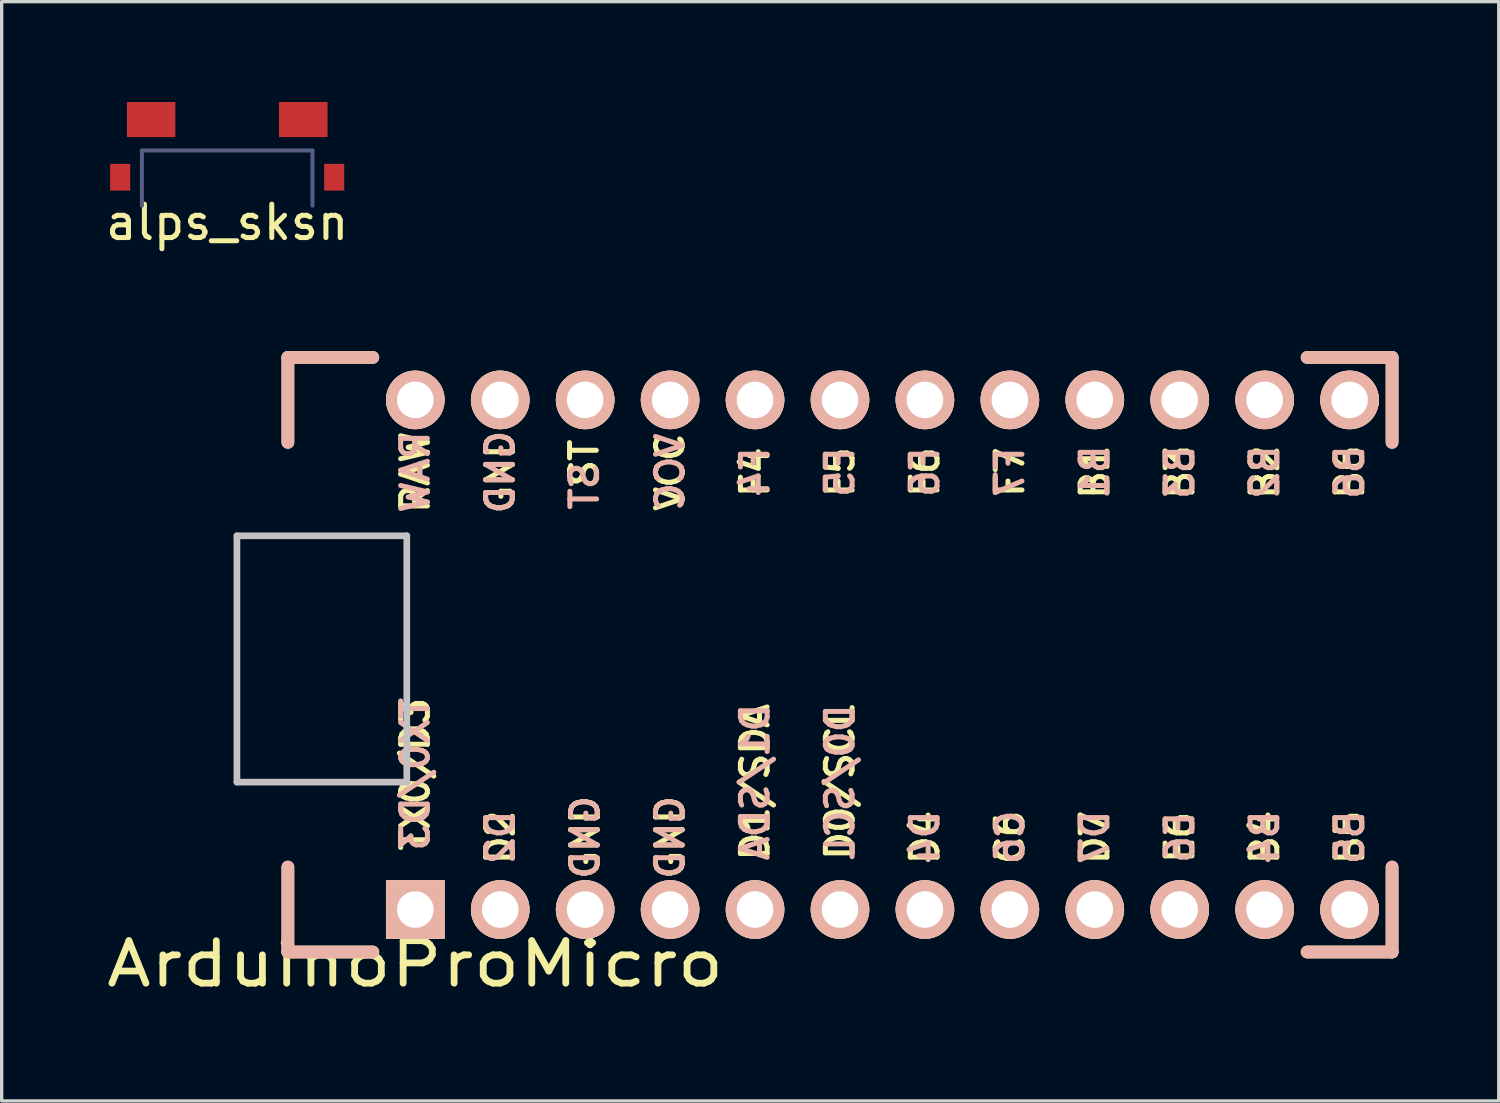
<source format=kicad_pcb>
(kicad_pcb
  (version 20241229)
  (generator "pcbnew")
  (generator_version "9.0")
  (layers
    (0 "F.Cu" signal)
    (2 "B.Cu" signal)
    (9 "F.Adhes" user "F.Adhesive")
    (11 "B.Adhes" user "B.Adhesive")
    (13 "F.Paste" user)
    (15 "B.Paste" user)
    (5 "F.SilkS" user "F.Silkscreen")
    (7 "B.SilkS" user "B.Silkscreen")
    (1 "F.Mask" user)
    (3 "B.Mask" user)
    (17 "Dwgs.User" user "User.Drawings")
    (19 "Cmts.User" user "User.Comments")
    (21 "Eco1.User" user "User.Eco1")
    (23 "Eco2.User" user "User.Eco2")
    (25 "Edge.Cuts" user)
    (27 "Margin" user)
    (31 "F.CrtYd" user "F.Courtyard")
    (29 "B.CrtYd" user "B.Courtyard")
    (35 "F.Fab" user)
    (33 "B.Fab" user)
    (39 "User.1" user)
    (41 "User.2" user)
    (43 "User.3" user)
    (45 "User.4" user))
  (footprint "ArduinoProMicro"
    (layer "F.Cu")
    (at 9.369 24.149)
    (property "Reference" "ArduinoProMicro" (at 0 1.625 0) (layer "F.SilkS") (effects (font (size 1.27 1.524) (thickness 0.203))))
    (attr through_hole)
    (fp_line (start -3.81 -16.51) (end -3.81 -13.97) (stroke (width 0.381) (type solid)) (layer "F.SilkS"))
    (fp_line (start -3.81 -1.27) (end -3.81 1.27) (stroke (width 0.381) (type solid)) (layer "F.SilkS"))
    (fp_line (start -3.81 1.27) (end -1.27 1.27) (stroke (width 0.381) (type solid)) (layer "F.SilkS"))
    (fp_line (start -1.27 -16.51) (end -3.81 -16.51) (stroke (width 0.381) (type solid)) (layer "F.SilkS"))
    (fp_line (start 29.21 -16.51) (end 26.67 -16.51) (stroke (width 0.381) (type solid)) (layer "F.SilkS"))
    (fp_line (start 29.21 -16.51) (end 29.21 -13.97) (stroke (width 0.381) (type solid)) (layer "F.SilkS"))
    (fp_line (start 29.21 -1.27) (end 29.21 1.27) (stroke (width 0.381) (type solid)) (layer "F.SilkS"))
    (fp_line (start 29.21 1.27) (end 26.67 1.27) (stroke (width 0.381) (type solid)) (layer "F.SilkS"))
    (fp_line (start -3.81 -16.51) (end -3.81 -13.97) (stroke (width 0.381) (type solid)) (layer "B.SilkS"))
    (fp_line (start -3.81 -1.27) (end -3.81 1.27) (stroke (width 0.381) (type solid)) (layer "B.SilkS"))
    (fp_line (start -1.27 -16.51) (end -3.81 -16.51) (stroke (width 0.381) (type solid)) (layer "B.SilkS"))
    (fp_line (start -1.27 1.27) (end -3.81 1.27) (stroke (width 0.381) (type solid)) (layer "B.SilkS"))
    (fp_line (start 29.21 -16.51) (end 26.67 -16.51) (stroke (width 0.381) (type solid)) (layer "B.SilkS"))
    (fp_line (start 29.21 -16.51) (end 29.21 -13.97) (stroke (width 0.381) (type solid)) (layer "B.SilkS"))
    (fp_line (start 29.21 -1.27) (end 29.21 1.27) (stroke (width 0.381) (type solid)) (layer "B.SilkS"))
    (fp_line (start 29.21 1.27) (end 26.67 1.27) (stroke (width 0.381) (type solid)) (layer "B.SilkS"))
    (fp_line (start -5.334 -11.176) (end -0.254 -11.176) (stroke (width 0.2) (type solid)) (layer "Dwgs.User"))
    (fp_line (start -5.334 -3.81) (end -5.334 -11.176) (stroke (width 0.2) (type solid)) (layer "Dwgs.User"))
    (fp_line (start -0.254 -11.176) (end -0.254 -3.81) (stroke (width 0.2) (type solid)) (layer "Dwgs.User"))
    (fp_line (start -0.254 -3.81) (end -5.334 -3.81) (stroke (width 0.2) (type solid)) (layer "Dwgs.User"))
    (fp_text user "D0/SCL" (at 12.7 -3.81 90) (layer "F.SilkS") (effects (font (size 0.8 0.8) (thickness 0.15))))
    (fp_text user "D4" (at 15.24 -2.159 90) (layer "F.SilkS") (effects (font (size 0.8 0.8) (thickness 0.15))))
    (fp_text user "GND" (at 2.54 -13.081 90) (layer "F.SilkS") (effects (font (size 0.8 0.8) (thickness 0.15))))
    (fp_text user "F7" (at 17.78 -13.081 90) (layer "F.SilkS") (effects (font (size 0.8 0.8) (thickness 0.15))))
    (fp_text user "GND" (at 7.62 -2.159 90) (layer "F.SilkS") (effects (font (size 0.8 0.8) (thickness 0.15))))
    (fp_text user "E6" (at 22.86 -2.159 90) (layer "F.SilkS") (effects (font (size 0.8 0.8) (thickness 0.15))))
    (fp_text user "F5" (at 12.7 -13.081 90) (layer "F.SilkS") (effects (font (size 0.8 0.8) (thickness 0.15))))
    (fp_text user "VCC" (at 7.62 -13.081 90) (layer "F.SilkS") (effects (font (size 0.8 0.8) (thickness 0.15))))
    (fp_text user "B3" (at 22.86 -13.081 90) (layer "F.SilkS") (effects (font (size 0.8 0.8) (thickness 0.15))))
    (fp_text user "GND" (at 5.08 -2.159 90) (layer "F.SilkS") (effects (font (size 0.8 0.8) (thickness 0.15))))
    (fp_text user "D1/SDA" (at 10.16 -3.81 90) (layer "F.SilkS") (effects (font (size 0.8 0.8) (thickness 0.15))))
    (fp_text user "ST" (at 5.05 -13.353 90) (layer "F.SilkS") (effects (font (size 0.8 0.8) (thickness 0.15))))
    (fp_text user "C6" (at 17.78 -2.159 90) (layer "F.SilkS") (effects (font (size 0.8 0.8) (thickness 0.15))))
    (fp_text user "D2" (at 2.54 -2.159 90) (layer "F.SilkS") (effects (font (size 0.8 0.8) (thickness 0.15))))
    (fp_text user "TX0/D3" (at 0.000001 -4.048 90) (layer "F.SilkS") (effects (font (size 0.8 0.8) (thickness 0.15))))
    (fp_text user "F4" (at 10.16 -13.081 90) (layer "F.SilkS") (effects (font (size 0.8 0.8) (thickness 0.15))))
    (fp_text user "B4" (at 25.4 -2.159 90) (layer "F.SilkS") (effects (font (size 0.8 0.8) (thickness 0.15))))
    (fp_text user "B6" (at 27.94 -13.081 90) (layer "F.SilkS") (effects (font (size 0.8 0.8) (thickness 0.15))))
    (fp_text user "B1" (at 20.32 -13.081 90) (layer "F.SilkS") (effects (font (size 0.8 0.8) (thickness 0.15))))
    (fp_text user "F6" (at 15.24 -13.081 90) (layer "F.SilkS") (effects (font (size 0.8 0.8) (thickness 0.15))))
    (fp_text user "B5" (at 27.94 -2.159 90) (layer "F.SilkS") (effects (font (size 0.8 0.8) (thickness 0.15))))
    (fp_text user "B2" (at 25.4 -13.081 90) (layer "F.SilkS") (effects (font (size 0.8 0.8) (thickness 0.15))))
    (fp_text user "D7" (at 20.32 -2.159 90) (layer "F.SilkS") (effects (font (size 0.8 0.8) (thickness 0.15))))
    (fp_text user "RAW" (at 0 -13.081 90) (layer "F.SilkS") (effects (font (size 0.8 0.8) (thickness 0.15))))
    (fp_text user "B1" (at 20.32 -13.081 90) (layer "B.SilkS") (effects (font (size 0.8 0.8) (thickness 0.15)) (justify mirror)))
    (fp_text user "F4" (at 10.16 -13.081 90) (layer "B.SilkS") (effects (font (size 0.8 0.8) (thickness 0.15)) (justify mirror)))
    (fp_text user "B3" (at 22.86 -13.081 90) (layer "B.SilkS") (effects (font (size 0.8 0.8) (thickness 0.15)) (justify mirror)))
    (fp_text user "D1/SDA" (at 10.16 -3.81 90) (layer "B.SilkS") (effects (font (size 0.8 0.8) (thickness 0.15)) (justify mirror)))
    (fp_text user "GND" (at 7.62 -2.159 90) (layer "B.SilkS") (effects (font (size 0.8 0.8) (thickness 0.15)) (justify mirror)))
    (fp_text user "TX0/D3" (at 0.000001 -4.048 90) (layer "B.SilkS") (effects (font (size 0.8 0.8) (thickness 0.15)) (justify mirror)))
    (fp_text user "B6" (at 27.94 -13.081 90) (layer "B.SilkS") (effects (font (size 0.8 0.8) (thickness 0.15)) (justify mirror)))
    (fp_text user "GND" (at 5.08 -2.159 90) (layer "B.SilkS") (effects (font (size 0.8 0.8) (thickness 0.15)) (justify mirror)))
    (fp_text user "D0/SCL" (at 12.7 -3.81 90) (layer "B.SilkS") (effects (font (size 0.8 0.8) (thickness 0.15)) (justify mirror)))
    (fp_text user "GND" (at 2.54 -13.081 90) (layer "B.SilkS") (effects (font (size 0.8 0.8) (thickness 0.15)) (justify mirror)))
    (fp_text user "B4" (at 25.4 -2.159 90) (layer "B.SilkS") (effects (font (size 0.8 0.8) (thickness 0.15)) (justify mirror)))
    (fp_text user "B2" (at 25.4 -13.081 90) (layer "B.SilkS") (effects (font (size 0.8 0.8) (thickness 0.15)) (justify mirror)))
    (fp_text user "D7" (at 20.32 -2.159 90) (layer "B.SilkS") (effects (font (size 0.8 0.8) (thickness 0.15)) (justify mirror)))
    (fp_text user "D2" (at 2.54 -2.159 90) (layer "B.SilkS") (effects (font (size 0.8 0.8) (thickness 0.15)) (justify mirror)))
    (fp_text user "C6" (at 17.78 -2.159 90) (layer "B.SilkS") (effects (font (size 0.8 0.8) (thickness 0.15)) (justify mirror)))
    (fp_text user "F6" (at 15.24 -13.081 90) (layer "B.SilkS") (effects (font (size 0.8 0.8) (thickness 0.15)) (justify mirror)))
    (fp_text user "F5" (at 12.7 -13.081 90) (layer "B.SilkS") (effects (font (size 0.8 0.8) (thickness 0.15)) (justify mirror)))
    (fp_text user "E6" (at 22.86 -2.159 90) (layer "B.SilkS") (effects (font (size 0.8 0.8) (thickness 0.15)) (justify mirror)))
    (fp_text user "B5" (at 27.94 -2.159 90) (layer "B.SilkS") (effects (font (size 0.8 0.8) (thickness 0.15)) (justify mirror)))
    (fp_text user "ST" (at 5.06 -12.66 90) (layer "B.SilkS") (effects (font (size 0.8 0.8) (thickness 0.15)) (justify mirror)))
    (fp_text user "D4" (at 15.24 -2.159 90) (layer "B.SilkS") (effects (font (size 0.8 0.8) (thickness 0.15)) (justify mirror)))
    (fp_text user "RAW" (at 0 -13.081 90) (layer "B.SilkS") (effects (font (size 0.8 0.8) (thickness 0.15)) (justify mirror)))
    (fp_text user "F7" (at 17.78 -13.081 90) (layer "B.SilkS") (effects (font (size 0.8 0.8) (thickness 0.15)) (justify mirror)))
    (fp_text user "VCC" (at 7.62 -13.081 90) (layer "B.SilkS") (effects (font (size 0.8 0.8) (thickness 0.15)) (justify mirror)))
    (pad "1" thru_hole rect (at 0 0) (size 1.753 1.753) (drill 1.092) (layers "*.Cu" "*.SilkS" "*.Mask"))
    (pad "2" thru_hole circle (at 2.54 0) (size 1.753 1.753) (drill 1.092) (layers "*.Cu" "*.SilkS" "*.Mask"))
    (pad "3" thru_hole circle (at 5.08 0) (size 1.753 1.753) (drill 1.092) (layers "*.Cu" "*.SilkS" "*.Mask"))
    (pad "4" thru_hole circle (at 7.62 0) (size 1.753 1.753) (drill 1.092) (layers "*.Cu" "*.SilkS" "*.Mask"))
    (pad "5" thru_hole circle (at 10.16 0) (size 1.753 1.753) (drill 1.092) (layers "*.Cu" "*.SilkS" "*.Mask"))
    (pad "6" thru_hole circle (at 12.7 0) (size 1.753 1.753) (drill 1.092) (layers "*.Cu" "*.SilkS" "*.Mask"))
    (pad "7" thru_hole circle (at 15.24 0) (size 1.753 1.753) (drill 1.092) (layers "*.Cu" "*.SilkS" "*.Mask"))
    (pad "8" thru_hole circle (at 17.78 0) (size 1.753 1.753) (drill 1.092) (layers "*.Cu" "*.SilkS" "*.Mask"))
    (pad "9" thru_hole circle (at 20.32 0) (size 1.753 1.753) (drill 1.092) (layers "*.Cu" "*.SilkS" "*.Mask"))
    (pad "10" thru_hole circle (at 22.86 0) (size 1.753 1.753) (drill 1.092) (layers "*.Cu" "*.SilkS" "*.Mask"))
    (pad "11" thru_hole circle (at 25.4 0) (size 1.753 1.753) (drill 1.092) (layers "*.Cu" "*.SilkS" "*.Mask"))
    (pad "12" thru_hole circle (at 27.94 0) (size 1.753 1.753) (drill 1.092) (layers "*.Cu" "*.SilkS" "*.Mask"))
    (pad "13" thru_hole circle (at 27.94 -15.24) (size 1.753 1.753) (drill 1.092) (layers "*.Cu" "*.SilkS" "*.Mask"))
    (pad "14" thru_hole circle (at 25.4 -15.24) (size 1.753 1.753) (drill 1.092) (layers "*.Cu" "*.SilkS" "*.Mask"))
    (pad "15" thru_hole circle (at 22.86 -15.24) (size 1.753 1.753) (drill 1.092) (layers "*.Cu" "*.SilkS" "*.Mask"))
    (pad "16" thru_hole circle (at 20.32 -15.24) (size 1.753 1.753) (drill 1.092) (layers "*.Cu" "*.SilkS" "*.Mask"))
    (pad "17" thru_hole circle (at 17.78 -15.24) (size 1.753 1.753) (drill 1.092) (layers "*.Cu" "*.SilkS" "*.Mask"))
    (pad "18" thru_hole circle (at 15.24 -15.24) (size 1.753 1.753) (drill 1.092) (layers "*.Cu" "*.SilkS" "*.Mask"))
    (pad "19" thru_hole circle (at 12.7 -15.24) (size 1.753 1.753) (drill 1.092) (layers "*.Cu" "*.SilkS" "*.Mask"))
    (pad "20" thru_hole circle (at 10.16 -15.24) (size 1.753 1.753) (drill 1.092) (layers "*.Cu" "*.SilkS" "*.Mask"))
    (pad "21" thru_hole circle (at 7.62 -15.24) (size 1.753 1.753) (drill 1.092) (layers "*.Cu" "*.SilkS" "*.Mask"))
    (pad "22" thru_hole circle (at 5.08 -15.24) (size 1.753 1.753) (drill 1.092) (layers "*.Cu" "*.SilkS" "*.Mask"))
    (pad "23" thru_hole circle (at 2.54 -15.24) (size 1.753 1.753) (drill 1.092) (layers "*.Cu" "*.SilkS" "*.Mask"))
    (pad "24" thru_hole circle (at 0 -15.24) (size 1.753 1.753) (drill 1.092) (layers "*.Cu" "*.SilkS" "*.Mask")))
  (footprint "alps_sksn"
    (layer "F.Cu")
    (at 3.744 3.1)
    (property "Reference" "alps_sksn" (at 0 0.5 0) (layer "F.SilkS") (effects (font (size 1 1) (thickness 0.15))))
    (attr through_hole)
    (fp_line (start -2.55 -1.65) (end 2.55 -1.65) (stroke (width 0.12) (type solid)) (layer "B.Fab"))
    (fp_line (start -2.55 0) (end -2.55 -1.65) (stroke (width 0.12) (type solid)) (layer "B.Fab"))
    (fp_line (start 2.55 -1.65) (end 2.55 0) (stroke (width 0.12) (type solid)) (layer "B.Fab"))
    (pad "" smd rect (at -3.2 -0.85) (size 0.6 0.8) (layers "F.Cu" "F.Mask" "F.Paste"))
    (pad "" smd rect (at 3.2 -0.85) (size 0.6 0.8) (layers "F.Cu" "F.Mask" "F.Paste"))
    (pad "1" smd rect (at 2.275 -2.575) (size 1.45 1.05) (layers "F.Cu" "F.Mask" "F.Paste"))
    (pad "2" smd rect (at -2.275 -2.575) (size 1.45 1.05) (layers "F.Cu" "F.Mask" "F.Paste")))
  (gr_rect
    (start -3 -3)
    (end 41.769 29.873)
    (stroke (width 0.1) (type default))
    (fill no)
    (layer "Edge.Cuts")))
</source>
